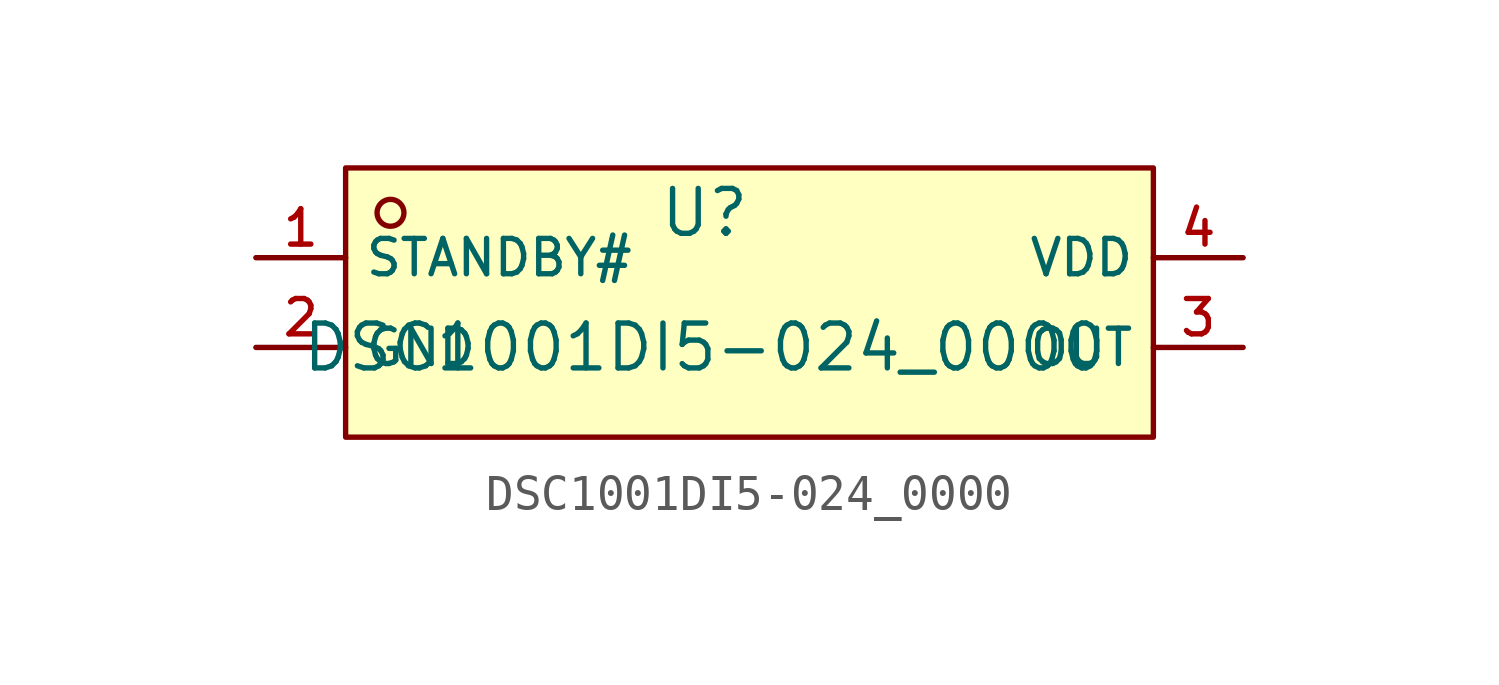
<source format=kicad_sym>
(kicad_symbol_lib
  (version 20210201)
  (generator TousstNicolas/JLC2KiCad_lib)
  (symbol "DSC1001DI5-024_0000"
    (property "Reference" "U"
      (at 0 1.27 0)
      (effects (font (size 1.27 1.27))))
    (property "Value" "DSC1001DI5-024_0000"
      (at 0 -2.54 0)
      (effects (font (size 1.27 1.27))))
    (symbol "DSC1001DI5-024_0000_0_1"
      (rectangle (start -10.16 2.54) (end 12.7 -5.08) (stroke (width 0) (type default) (color 0 0 0 0)) (fill (type background)))
      (circle (center -8.89 1.27) (radius 0.381) (stroke (width 0) (type default) (color 0 0 0 0)) (fill (type background)))
      (pin unspecified line (at -12.7 -0.0 0) (length 2.54) (name "STANDBY#" (effects (font (size 1 1)))) (number "1" (effects (font (size 1 1)))))
      (pin unspecified line (at -12.7 -2.54 0) (length 2.54) (name "GND" (effects (font (size 1 1)))) (number "2" (effects (font (size 1 1)))))
      (pin unspecified line (at 15.24 -2.54 180) (length 2.54) (name "OUT" (effects (font (size 1 1)))) (number "3" (effects (font (size 1 1)))))
      (pin unspecified line (at 15.24 -0.0 180) (length 2.54) (name "VDD" (effects (font (size 1 1)))) (number "4" (effects (font (size 1 1))))))))
</source>
